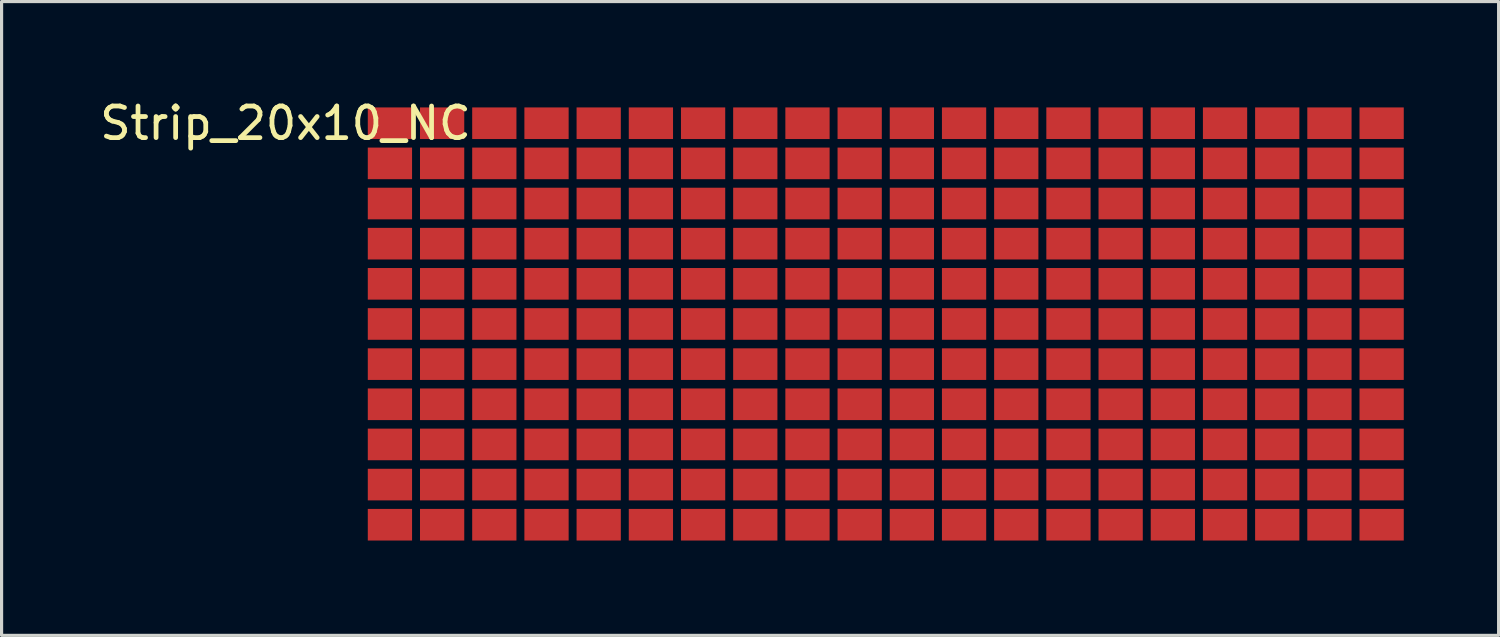
<source format=kicad_pcb>
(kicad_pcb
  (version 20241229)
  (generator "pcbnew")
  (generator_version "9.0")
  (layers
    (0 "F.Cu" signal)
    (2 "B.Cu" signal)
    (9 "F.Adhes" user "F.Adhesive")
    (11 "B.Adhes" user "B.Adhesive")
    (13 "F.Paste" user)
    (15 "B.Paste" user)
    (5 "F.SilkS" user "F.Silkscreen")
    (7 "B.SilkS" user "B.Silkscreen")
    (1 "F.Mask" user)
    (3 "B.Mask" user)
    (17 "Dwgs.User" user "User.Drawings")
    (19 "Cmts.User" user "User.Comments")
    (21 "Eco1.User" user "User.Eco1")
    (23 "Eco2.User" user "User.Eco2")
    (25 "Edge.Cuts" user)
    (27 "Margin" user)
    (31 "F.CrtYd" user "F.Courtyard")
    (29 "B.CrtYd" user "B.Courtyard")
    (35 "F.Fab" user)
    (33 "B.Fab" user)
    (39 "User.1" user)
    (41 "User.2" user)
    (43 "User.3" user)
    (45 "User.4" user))
  (footprint "Strip_20x10_NC"
    (layer "F.Cu")
    (at 9.284 0.848)
    (property "Reference" "Strip_20x10_NC" (at -3.302 0 0) (layer "F.SilkS") (effects (font (size 1 1) (thickness 0.15))))
    (attr through_hole)
    (pad "0" smd rect (at 0 0) (size 1.4 1) (layers "F.Cu" "F.Mask"))
    (pad "0" smd rect (at 0 1.27) (size 1.4 1) (layers "F.Cu" "F.Mask"))
    (pad "0" smd rect (at 0 2.54) (size 1.4 1) (layers "F.Cu" "F.Mask"))
    (pad "0" smd rect (at 0 3.81) (size 1.4 1) (layers "F.Cu" "F.Mask"))
    (pad "0" smd rect (at 0 5.08) (size 1.4 1) (layers "F.Cu" "F.Mask"))
    (pad "0" smd rect (at 0 6.35) (size 1.4 1) (layers "F.Cu" "F.Mask"))
    (pad "0" smd rect (at 0 7.62) (size 1.4 1) (layers "F.Cu" "F.Mask"))
    (pad "0" smd rect (at 0 8.89) (size 1.4 1) (layers "F.Cu" "F.Mask"))
    (pad "0" smd rect (at 0 10.16) (size 1.4 1) (layers "F.Cu" "F.Mask"))
    (pad "0" smd rect (at 0 11.43) (size 1.4 1) (layers "F.Cu" "F.Mask"))
    (pad "0" smd rect (at 0 12.7) (size 1.4 1) (layers "F.Cu" "F.Mask"))
    (pad "0" smd rect (at 1.651 0) (size 1.4 1) (layers "F.Cu" "F.Mask"))
    (pad "0" smd rect (at 1.651 1.27) (size 1.4 1) (layers "F.Cu" "F.Mask"))
    (pad "0" smd rect (at 1.651 2.54) (size 1.4 1) (layers "F.Cu" "F.Mask"))
    (pad "0" smd rect (at 1.651 3.81) (size 1.4 1) (layers "F.Cu" "F.Mask"))
    (pad "0" smd rect (at 1.651 5.08) (size 1.4 1) (layers "F.Cu" "F.Mask"))
    (pad "0" smd rect (at 1.651 6.35) (size 1.4 1) (layers "F.Cu" "F.Mask"))
    (pad "0" smd rect (at 1.651 7.62) (size 1.4 1) (layers "F.Cu" "F.Mask"))
    (pad "0" smd rect (at 1.651 8.89) (size 1.4 1) (layers "F.Cu" "F.Mask"))
    (pad "0" smd rect (at 1.651 10.16) (size 1.4 1) (layers "F.Cu" "F.Mask"))
    (pad "0" smd rect (at 1.651 11.43) (size 1.4 1) (layers "F.Cu" "F.Mask"))
    (pad "0" smd rect (at 1.651 12.7) (size 1.4 1) (layers "F.Cu" "F.Mask"))
    (pad "0" smd rect (at 3.302 0) (size 1.4 1) (layers "F.Cu" "F.Mask"))
    (pad "0" smd rect (at 3.302 1.27) (size 1.4 1) (layers "F.Cu" "F.Mask"))
    (pad "0" smd rect (at 3.302 2.54) (size 1.4 1) (layers "F.Cu" "F.Mask"))
    (pad "0" smd rect (at 3.302 3.81) (size 1.4 1) (layers "F.Cu" "F.Mask"))
    (pad "0" smd rect (at 3.302 5.08) (size 1.4 1) (layers "F.Cu" "F.Mask"))
    (pad "0" smd rect (at 3.302 6.35) (size 1.4 1) (layers "F.Cu" "F.Mask"))
    (pad "0" smd rect (at 3.302 7.62) (size 1.4 1) (layers "F.Cu" "F.Mask"))
    (pad "0" smd rect (at 3.302 8.89) (size 1.4 1) (layers "F.Cu" "F.Mask"))
    (pad "0" smd rect (at 3.302 10.16) (size 1.4 1) (layers "F.Cu" "F.Mask"))
    (pad "0" smd rect (at 3.302 11.43) (size 1.4 1) (layers "F.Cu" "F.Mask"))
    (pad "0" smd rect (at 3.302 12.7) (size 1.4 1) (layers "F.Cu" "F.Mask"))
    (pad "0" smd rect (at 4.953 0) (size 1.4 1) (layers "F.Cu" "F.Mask"))
    (pad "0" smd rect (at 4.953 1.27) (size 1.4 1) (layers "F.Cu" "F.Mask"))
    (pad "0" smd rect (at 4.953 2.54) (size 1.4 1) (layers "F.Cu" "F.Mask"))
    (pad "0" smd rect (at 4.953 3.81) (size 1.4 1) (layers "F.Cu" "F.Mask"))
    (pad "0" smd rect (at 4.953 5.08) (size 1.4 1) (layers "F.Cu" "F.Mask"))
    (pad "0" smd rect (at 4.953 6.35) (size 1.4 1) (layers "F.Cu" "F.Mask"))
    (pad "0" smd rect (at 4.953 7.62) (size 1.4 1) (layers "F.Cu" "F.Mask"))
    (pad "0" smd rect (at 4.953 8.89) (size 1.4 1) (layers "F.Cu" "F.Mask"))
    (pad "0" smd rect (at 4.953 10.16) (size 1.4 1) (layers "F.Cu" "F.Mask"))
    (pad "0" smd rect (at 4.953 11.43) (size 1.4 1) (layers "F.Cu" "F.Mask"))
    (pad "0" smd rect (at 4.953 12.7) (size 1.4 1) (layers "F.Cu" "F.Mask"))
    (pad "0" smd rect (at 6.604 0) (size 1.4 1) (layers "F.Cu" "F.Mask"))
    (pad "0" smd rect (at 6.604 1.27) (size 1.4 1) (layers "F.Cu" "F.Mask"))
    (pad "0" smd rect (at 6.604 2.54) (size 1.4 1) (layers "F.Cu" "F.Mask"))
    (pad "0" smd rect (at 6.604 3.81) (size 1.4 1) (layers "F.Cu" "F.Mask"))
    (pad "0" smd rect (at 6.604 5.08) (size 1.4 1) (layers "F.Cu" "F.Mask"))
    (pad "0" smd rect (at 6.604 6.35) (size 1.4 1) (layers "F.Cu" "F.Mask"))
    (pad "0" smd rect (at 6.604 7.62) (size 1.4 1) (layers "F.Cu" "F.Mask"))
    (pad "0" smd rect (at 6.604 8.89) (size 1.4 1) (layers "F.Cu" "F.Mask"))
    (pad "0" smd rect (at 6.604 10.16) (size 1.4 1) (layers "F.Cu" "F.Mask"))
    (pad "0" smd rect (at 6.604 11.43) (size 1.4 1) (layers "F.Cu" "F.Mask"))
    (pad "0" smd rect (at 6.604 12.7) (size 1.4 1) (layers "F.Cu" "F.Mask"))
    (pad "0" smd rect (at 8.255 0) (size 1.4 1) (layers "F.Cu" "F.Mask"))
    (pad "0" smd rect (at 8.255 1.27) (size 1.4 1) (layers "F.Cu" "F.Mask"))
    (pad "0" smd rect (at 8.255 2.54) (size 1.4 1) (layers "F.Cu" "F.Mask"))
    (pad "0" smd rect (at 8.255 3.81) (size 1.4 1) (layers "F.Cu" "F.Mask"))
    (pad "0" smd rect (at 8.255 5.08) (size 1.4 1) (layers "F.Cu" "F.Mask"))
    (pad "0" smd rect (at 8.255 6.35) (size 1.4 1) (layers "F.Cu" "F.Mask"))
    (pad "0" smd rect (at 8.255 7.62) (size 1.4 1) (layers "F.Cu" "F.Mask"))
    (pad "0" smd rect (at 8.255 8.89) (size 1.4 1) (layers "F.Cu" "F.Mask"))
    (pad "0" smd rect (at 8.255 10.16) (size 1.4 1) (layers "F.Cu" "F.Mask"))
    (pad "0" smd rect (at 8.255 11.43) (size 1.4 1) (layers "F.Cu" "F.Mask"))
    (pad "0" smd rect (at 8.255 12.7) (size 1.4 1) (layers "F.Cu" "F.Mask"))
    (pad "0" smd rect (at 9.906 0) (size 1.4 1) (layers "F.Cu" "F.Mask"))
    (pad "0" smd rect (at 9.906 1.27) (size 1.4 1) (layers "F.Cu" "F.Mask"))
    (pad "0" smd rect (at 9.906 2.54) (size 1.4 1) (layers "F.Cu" "F.Mask"))
    (pad "0" smd rect (at 9.906 3.81) (size 1.4 1) (layers "F.Cu" "F.Mask"))
    (pad "0" smd rect (at 9.906 5.08) (size 1.4 1) (layers "F.Cu" "F.Mask"))
    (pad "0" smd rect (at 9.906 6.35) (size 1.4 1) (layers "F.Cu" "F.Mask"))
    (pad "0" smd rect (at 9.906 7.62) (size 1.4 1) (layers "F.Cu" "F.Mask"))
    (pad "0" smd rect (at 9.906 8.89) (size 1.4 1) (layers "F.Cu" "F.Mask"))
    (pad "0" smd rect (at 9.906 10.16) (size 1.4 1) (layers "F.Cu" "F.Mask"))
    (pad "0" smd rect (at 9.906 11.43) (size 1.4 1) (layers "F.Cu" "F.Mask"))
    (pad "0" smd rect (at 9.906 12.7) (size 1.4 1) (layers "F.Cu" "F.Mask"))
    (pad "0" smd rect (at 11.557 0) (size 1.4 1) (layers "F.Cu" "F.Mask"))
    (pad "0" smd rect (at 11.557 1.27) (size 1.4 1) (layers "F.Cu" "F.Mask"))
    (pad "0" smd rect (at 11.557 2.54) (size 1.4 1) (layers "F.Cu" "F.Mask"))
    (pad "0" smd rect (at 11.557 3.81) (size 1.4 1) (layers "F.Cu" "F.Mask"))
    (pad "0" smd rect (at 11.557 5.08) (size 1.4 1) (layers "F.Cu" "F.Mask"))
    (pad "0" smd rect (at 11.557 6.35) (size 1.4 1) (layers "F.Cu" "F.Mask"))
    (pad "0" smd rect (at 11.557 7.62) (size 1.4 1) (layers "F.Cu" "F.Mask"))
    (pad "0" smd rect (at 11.557 8.89) (size 1.4 1) (layers "F.Cu" "F.Mask"))
    (pad "0" smd rect (at 11.557 10.16) (size 1.4 1) (layers "F.Cu" "F.Mask"))
    (pad "0" smd rect (at 11.557 11.43) (size 1.4 1) (layers "F.Cu" "F.Mask"))
    (pad "0" smd rect (at 11.557 12.7) (size 1.4 1) (layers "F.Cu" "F.Mask"))
    (pad "0" smd rect (at 13.208 0) (size 1.4 1) (layers "F.Cu" "F.Mask"))
    (pad "0" smd rect (at 13.208 1.27) (size 1.4 1) (layers "F.Cu" "F.Mask"))
    (pad "0" smd rect (at 13.208 2.54) (size 1.4 1) (layers "F.Cu" "F.Mask"))
    (pad "0" smd rect (at 13.208 3.81) (size 1.4 1) (layers "F.Cu" "F.Mask"))
    (pad "0" smd rect (at 13.208 5.08) (size 1.4 1) (layers "F.Cu" "F.Mask"))
    (pad "0" smd rect (at 13.208 6.35) (size 1.4 1) (layers "F.Cu" "F.Mask"))
    (pad "0" smd rect (at 13.208 7.62) (size 1.4 1) (layers "F.Cu" "F.Mask"))
    (pad "0" smd rect (at 13.208 8.89) (size 1.4 1) (layers "F.Cu" "F.Mask"))
    (pad "0" smd rect (at 13.208 10.16) (size 1.4 1) (layers "F.Cu" "F.Mask"))
    (pad "0" smd rect (at 13.208 11.43) (size 1.4 1) (layers "F.Cu" "F.Mask"))
    (pad "0" smd rect (at 13.208 12.7) (size 1.4 1) (layers "F.Cu" "F.Mask"))
    (pad "0" smd rect (at 14.859 0) (size 1.4 1) (layers "F.Cu" "F.Mask"))
    (pad "0" smd rect (at 14.859 1.27) (size 1.4 1) (layers "F.Cu" "F.Mask"))
    (pad "0" smd rect (at 14.859 2.54) (size 1.4 1) (layers "F.Cu" "F.Mask"))
    (pad "0" smd rect (at 14.859 3.81) (size 1.4 1) (layers "F.Cu" "F.Mask"))
    (pad "0" smd rect (at 14.859 5.08) (size 1.4 1) (layers "F.Cu" "F.Mask"))
    (pad "0" smd rect (at 14.859 6.35) (size 1.4 1) (layers "F.Cu" "F.Mask"))
    (pad "0" smd rect (at 14.859 7.62) (size 1.4 1) (layers "F.Cu" "F.Mask"))
    (pad "0" smd rect (at 14.859 8.89) (size 1.4 1) (layers "F.Cu" "F.Mask"))
    (pad "0" smd rect (at 14.859 10.16) (size 1.4 1) (layers "F.Cu" "F.Mask"))
    (pad "0" smd rect (at 14.859 11.43) (size 1.4 1) (layers "F.Cu" "F.Mask"))
    (pad "0" smd rect (at 14.859 12.7) (size 1.4 1) (layers "F.Cu" "F.Mask"))
    (pad "0" smd rect (at 16.51 0) (size 1.4 1) (layers "F.Cu" "F.Mask"))
    (pad "0" smd rect (at 16.51 1.27) (size 1.4 1) (layers "F.Cu" "F.Mask"))
    (pad "0" smd rect (at 16.51 2.54) (size 1.4 1) (layers "F.Cu" "F.Mask"))
    (pad "0" smd rect (at 16.51 3.81) (size 1.4 1) (layers "F.Cu" "F.Mask"))
    (pad "0" smd rect (at 16.51 5.08) (size 1.4 1) (layers "F.Cu" "F.Mask"))
    (pad "0" smd rect (at 16.51 6.35) (size 1.4 1) (layers "F.Cu" "F.Mask"))
    (pad "0" smd rect (at 16.51 7.62) (size 1.4 1) (layers "F.Cu" "F.Mask"))
    (pad "0" smd rect (at 16.51 8.89) (size 1.4 1) (layers "F.Cu" "F.Mask"))
    (pad "0" smd rect (at 16.51 10.16) (size 1.4 1) (layers "F.Cu" "F.Mask"))
    (pad "0" smd rect (at 16.51 11.43) (size 1.4 1) (layers "F.Cu" "F.Mask"))
    (pad "0" smd rect (at 16.51 12.7) (size 1.4 1) (layers "F.Cu" "F.Mask"))
    (pad "0" smd rect (at 18.161 0) (size 1.4 1) (layers "F.Cu" "F.Mask"))
    (pad "0" smd rect (at 18.161 1.27) (size 1.4 1) (layers "F.Cu" "F.Mask"))
    (pad "0" smd rect (at 18.161 2.54) (size 1.4 1) (layers "F.Cu" "F.Mask"))
    (pad "0" smd rect (at 18.161 3.81) (size 1.4 1) (layers "F.Cu" "F.Mask"))
    (pad "0" smd rect (at 18.161 5.08) (size 1.4 1) (layers "F.Cu" "F.Mask"))
    (pad "0" smd rect (at 18.161 6.35) (size 1.4 1) (layers "F.Cu" "F.Mask"))
    (pad "0" smd rect (at 18.161 7.62) (size 1.4 1) (layers "F.Cu" "F.Mask"))
    (pad "0" smd rect (at 18.161 8.89) (size 1.4 1) (layers "F.Cu" "F.Mask"))
    (pad "0" smd rect (at 18.161 10.16) (size 1.4 1) (layers "F.Cu" "F.Mask"))
    (pad "0" smd rect (at 18.161 11.43) (size 1.4 1) (layers "F.Cu" "F.Mask"))
    (pad "0" smd rect (at 18.161 12.7) (size 1.4 1) (layers "F.Cu" "F.Mask"))
    (pad "0" smd rect (at 19.812 0) (size 1.4 1) (layers "F.Cu" "F.Mask"))
    (pad "0" smd rect (at 19.812 1.27) (size 1.4 1) (layers "F.Cu" "F.Mask"))
    (pad "0" smd rect (at 19.812 2.54) (size 1.4 1) (layers "F.Cu" "F.Mask"))
    (pad "0" smd rect (at 19.812 3.81) (size 1.4 1) (layers "F.Cu" "F.Mask"))
    (pad "0" smd rect (at 19.812 5.08) (size 1.4 1) (layers "F.Cu" "F.Mask"))
    (pad "0" smd rect (at 19.812 6.35) (size 1.4 1) (layers "F.Cu" "F.Mask"))
    (pad "0" smd rect (at 19.812 7.62) (size 1.4 1) (layers "F.Cu" "F.Mask"))
    (pad "0" smd rect (at 19.812 8.89) (size 1.4 1) (layers "F.Cu" "F.Mask"))
    (pad "0" smd rect (at 19.812 10.16) (size 1.4 1) (layers "F.Cu" "F.Mask"))
    (pad "0" smd rect (at 19.812 11.43) (size 1.4 1) (layers "F.Cu" "F.Mask"))
    (pad "0" smd rect (at 19.812 12.7) (size 1.4 1) (layers "F.Cu" "F.Mask"))
    (pad "0" smd rect (at 21.463 0) (size 1.4 1) (layers "F.Cu" "F.Mask"))
    (pad "0" smd rect (at 21.463 1.27) (size 1.4 1) (layers "F.Cu" "F.Mask"))
    (pad "0" smd rect (at 21.463 2.54) (size 1.4 1) (layers "F.Cu" "F.Mask"))
    (pad "0" smd rect (at 21.463 3.81) (size 1.4 1) (layers "F.Cu" "F.Mask"))
    (pad "0" smd rect (at 21.463 5.08) (size 1.4 1) (layers "F.Cu" "F.Mask"))
    (pad "0" smd rect (at 21.463 6.35) (size 1.4 1) (layers "F.Cu" "F.Mask"))
    (pad "0" smd rect (at 21.463 7.62) (size 1.4 1) (layers "F.Cu" "F.Mask"))
    (pad "0" smd rect (at 21.463 8.89) (size 1.4 1) (layers "F.Cu" "F.Mask"))
    (pad "0" smd rect (at 21.463 10.16) (size 1.4 1) (layers "F.Cu" "F.Mask"))
    (pad "0" smd rect (at 21.463 11.43) (size 1.4 1) (layers "F.Cu" "F.Mask"))
    (pad "0" smd rect (at 21.463 12.7) (size 1.4 1) (layers "F.Cu" "F.Mask"))
    (pad "0" smd rect (at 23.114 0) (size 1.4 1) (layers "F.Cu" "F.Mask"))
    (pad "0" smd rect (at 23.114 1.27) (size 1.4 1) (layers "F.Cu" "F.Mask"))
    (pad "0" smd rect (at 23.114 2.54) (size 1.4 1) (layers "F.Cu" "F.Mask"))
    (pad "0" smd rect (at 23.114 3.81) (size 1.4 1) (layers "F.Cu" "F.Mask"))
    (pad "0" smd rect (at 23.114 5.08) (size 1.4 1) (layers "F.Cu" "F.Mask"))
    (pad "0" smd rect (at 23.114 6.35) (size 1.4 1) (layers "F.Cu" "F.Mask"))
    (pad "0" smd rect (at 23.114 7.62) (size 1.4 1) (layers "F.Cu" "F.Mask"))
    (pad "0" smd rect (at 23.114 8.89) (size 1.4 1) (layers "F.Cu" "F.Mask"))
    (pad "0" smd rect (at 23.114 10.16) (size 1.4 1) (layers "F.Cu" "F.Mask"))
    (pad "0" smd rect (at 23.114 11.43) (size 1.4 1) (layers "F.Cu" "F.Mask"))
    (pad "0" smd rect (at 23.114 12.7) (size 1.4 1) (layers "F.Cu" "F.Mask"))
    (pad "0" smd rect (at 24.765 0) (size 1.4 1) (layers "F.Cu" "F.Mask"))
    (pad "0" smd rect (at 24.765 1.27) (size 1.4 1) (layers "F.Cu" "F.Mask"))
    (pad "0" smd rect (at 24.765 2.54) (size 1.4 1) (layers "F.Cu" "F.Mask"))
    (pad "0" smd rect (at 24.765 3.81) (size 1.4 1) (layers "F.Cu" "F.Mask"))
    (pad "0" smd rect (at 24.765 5.08) (size 1.4 1) (layers "F.Cu" "F.Mask"))
    (pad "0" smd rect (at 24.765 6.35) (size 1.4 1) (layers "F.Cu" "F.Mask"))
    (pad "0" smd rect (at 24.765 7.62) (size 1.4 1) (layers "F.Cu" "F.Mask"))
    (pad "0" smd rect (at 24.765 8.89) (size 1.4 1) (layers "F.Cu" "F.Mask"))
    (pad "0" smd rect (at 24.765 10.16) (size 1.4 1) (layers "F.Cu" "F.Mask"))
    (pad "0" smd rect (at 24.765 11.43) (size 1.4 1) (layers "F.Cu" "F.Mask"))
    (pad "0" smd rect (at 24.765 12.7) (size 1.4 1) (layers "F.Cu" "F.Mask"))
    (pad "0" smd rect (at 26.416 0) (size 1.4 1) (layers "F.Cu" "F.Mask"))
    (pad "0" smd rect (at 26.416 1.27) (size 1.4 1) (layers "F.Cu" "F.Mask"))
    (pad "0" smd rect (at 26.416 2.54) (size 1.4 1) (layers "F.Cu" "F.Mask"))
    (pad "0" smd rect (at 26.416 3.81) (size 1.4 1) (layers "F.Cu" "F.Mask"))
    (pad "0" smd rect (at 26.416 5.08) (size 1.4 1) (layers "F.Cu" "F.Mask"))
    (pad "0" smd rect (at 26.416 6.35) (size 1.4 1) (layers "F.Cu" "F.Mask"))
    (pad "0" smd rect (at 26.416 7.62) (size 1.4 1) (layers "F.Cu" "F.Mask"))
    (pad "0" smd rect (at 26.416 8.89) (size 1.4 1) (layers "F.Cu" "F.Mask"))
    (pad "0" smd rect (at 26.416 10.16) (size 1.4 1) (layers "F.Cu" "F.Mask"))
    (pad "0" smd rect (at 26.416 11.43) (size 1.4 1) (layers "F.Cu" "F.Mask"))
    (pad "0" smd rect (at 26.416 12.7) (size 1.4 1) (layers "F.Cu" "F.Mask"))
    (pad "0" smd rect (at 28.067 0) (size 1.4 1) (layers "F.Cu" "F.Mask"))
    (pad "0" smd rect (at 28.067 1.27) (size 1.4 1) (layers "F.Cu" "F.Mask"))
    (pad "0" smd rect (at 28.067 2.54) (size 1.4 1) (layers "F.Cu" "F.Mask"))
    (pad "0" smd rect (at 28.067 3.81) (size 1.4 1) (layers "F.Cu" "F.Mask"))
    (pad "0" smd rect (at 28.067 5.08) (size 1.4 1) (layers "F.Cu" "F.Mask"))
    (pad "0" smd rect (at 28.067 6.35) (size 1.4 1) (layers "F.Cu" "F.Mask"))
    (pad "0" smd rect (at 28.067 7.62) (size 1.4 1) (layers "F.Cu" "F.Mask"))
    (pad "0" smd rect (at 28.067 8.89) (size 1.4 1) (layers "F.Cu" "F.Mask"))
    (pad "0" smd rect (at 28.067 10.16) (size 1.4 1) (layers "F.Cu" "F.Mask"))
    (pad "0" smd rect (at 28.067 11.43) (size 1.4 1) (layers "F.Cu" "F.Mask"))
    (pad "0" smd rect (at 28.067 12.7) (size 1.4 1) (layers "F.Cu" "F.Mask"))
    (pad "0" smd rect (at 29.718 0) (size 1.4 1) (layers "F.Cu" "F.Mask"))
    (pad "0" smd rect (at 29.718 1.27) (size 1.4 1) (layers "F.Cu" "F.Mask"))
    (pad "0" smd rect (at 29.718 2.54) (size 1.4 1) (layers "F.Cu" "F.Mask"))
    (pad "0" smd rect (at 29.718 3.81) (size 1.4 1) (layers "F.Cu" "F.Mask"))
    (pad "0" smd rect (at 29.718 5.08) (size 1.4 1) (layers "F.Cu" "F.Mask"))
    (pad "0" smd rect (at 29.718 6.35) (size 1.4 1) (layers "F.Cu" "F.Mask"))
    (pad "0" smd rect (at 29.718 7.62) (size 1.4 1) (layers "F.Cu" "F.Mask"))
    (pad "0" smd rect (at 29.718 8.89) (size 1.4 1) (layers "F.Cu" "F.Mask"))
    (pad "0" smd rect (at 29.718 10.16) (size 1.4 1) (layers "F.Cu" "F.Mask"))
    (pad "0" smd rect (at 29.718 11.43) (size 1.4 1) (layers "F.Cu" "F.Mask"))
    (pad "0" smd rect (at 29.718 12.7) (size 1.4 1) (layers "F.Cu" "F.Mask"))
    (pad "0" smd rect (at 31.369 0) (size 1.4 1) (layers "F.Cu" "F.Mask"))
    (pad "0" smd rect (at 31.369 1.27) (size 1.4 1) (layers "F.Cu" "F.Mask"))
    (pad "0" smd rect (at 31.369 2.54) (size 1.4 1) (layers "F.Cu" "F.Mask"))
    (pad "0" smd rect (at 31.369 3.81) (size 1.4 1) (layers "F.Cu" "F.Mask"))
    (pad "0" smd rect (at 31.369 5.08) (size 1.4 1) (layers "F.Cu" "F.Mask"))
    (pad "0" smd rect (at 31.369 6.35) (size 1.4 1) (layers "F.Cu" "F.Mask"))
    (pad "0" smd rect (at 31.369 7.62) (size 1.4 1) (layers "F.Cu" "F.Mask"))
    (pad "0" smd rect (at 31.369 8.89) (size 1.4 1) (layers "F.Cu" "F.Mask"))
    (pad "0" smd rect (at 31.369 10.16) (size 1.4 1) (layers "F.Cu" "F.Mask"))
    (pad "0" smd rect (at 31.369 11.43) (size 1.4 1) (layers "F.Cu" "F.Mask"))
    (pad "0" smd rect (at 31.369 12.7) (size 1.4 1) (layers "F.Cu" "F.Mask")))
  (gr_rect
    (start -3 -3)
    (end 44.353 17.048)
    (stroke (width 0.1) (type default))
    (fill no)
    (layer "Edge.Cuts")))
</source>
